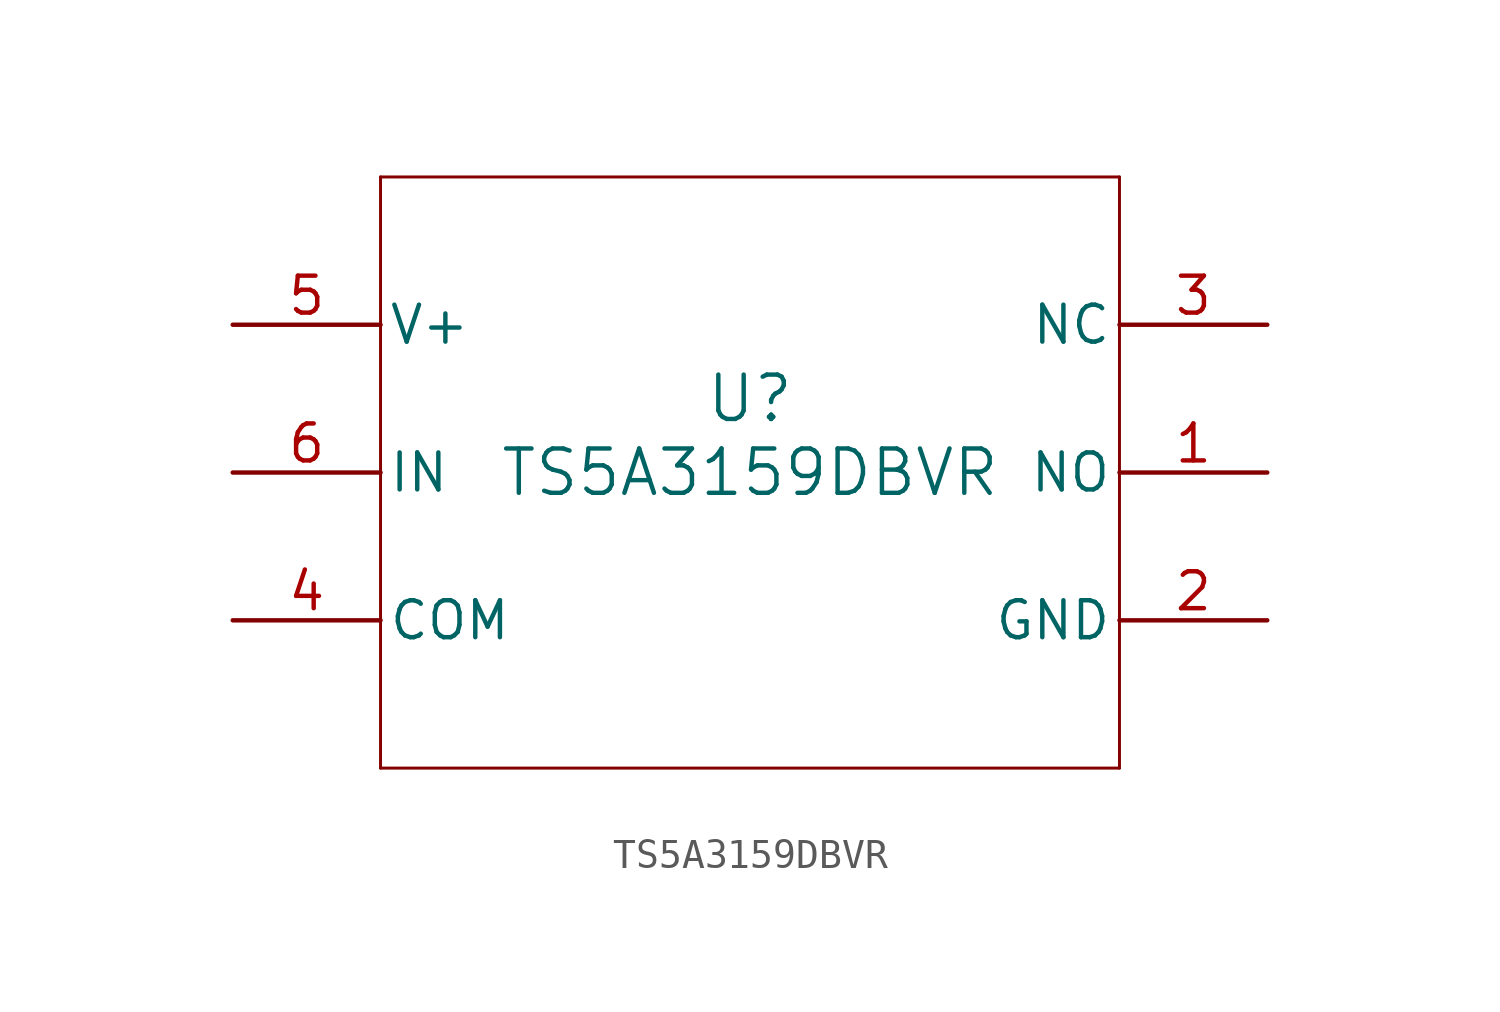
<source format=kicad_sym>
(kicad_symbol_lib
  (version 20211014)
  (generator kicad_symbol_editor)
  (symbol "TS5A3159DBVR"
    (pin_names
      (offset 0.254))
    (property "Reference" "U"
      (at 0 2.54 0)
      (effects (font (size 1.524 1.524))))
    (property "Value" "TS5A3159DBVR"
      (at 0 0 0)
      (effects (font (size 1.524 1.524))))
    (symbol "TS5A3159DBVR_0_1"
      (polyline (pts (xy -12.7 -10.16) (xy 12.7 -10.16)) (stroke (width 0.102) (type default) (color 0 0 0 0)) (fill (type none)))
      (polyline (pts (xy 12.7 -10.16) (xy 12.7 10.16)) (stroke (width 0.102) (type default) (color 0 0 0 0)) (fill (type none)))
      (polyline (pts (xy 12.7 10.16) (xy -12.7 10.16)) (stroke (width 0.102) (type default) (color 0 0 0 0)) (fill (type none)))
      (polyline (pts (xy -12.7 10.16) (xy -12.7 -10.16)) (stroke (width 0.102) (type default) (color 0 0 0 0)) (fill (type none)))
      (pin bidirectional line (at 17.78 0 180) (length 5.08) (name "NO" (effects (font (size 1.27 1.27)))) (number "1" (effects (font (size 1.27 1.27)))))
      (pin power_in line (at 17.78 -5.08 180) (length 5.08) (name "GND" (effects (font (size 1.27 1.27)))) (number "2" (effects (font (size 1.27 1.27)))))
      (pin bidirectional line (at 17.78 5.08 180) (length 5.08) (name "NC" (effects (font (size 1.27 1.27)))) (number "3" (effects (font (size 1.27 1.27)))))
      (pin bidirectional line (at -17.78 -5.08 0) (length 5.08) (name "COM" (effects (font (size 1.27 1.27)))) (number "4" (effects (font (size 1.27 1.27)))))
      (pin power_in line (at -17.78 5.08 0) (length 5.08) (name "V+" (effects (font (size 1.27 1.27)))) (number "5" (effects (font (size 1.27 1.27)))))
      (pin input line (at -17.78 0 0) (length 5.08) (name "IN" (effects (font (size 1.27 1.27)))) (number "6" (effects (font (size 1.27 1.27))))))))
</source>
